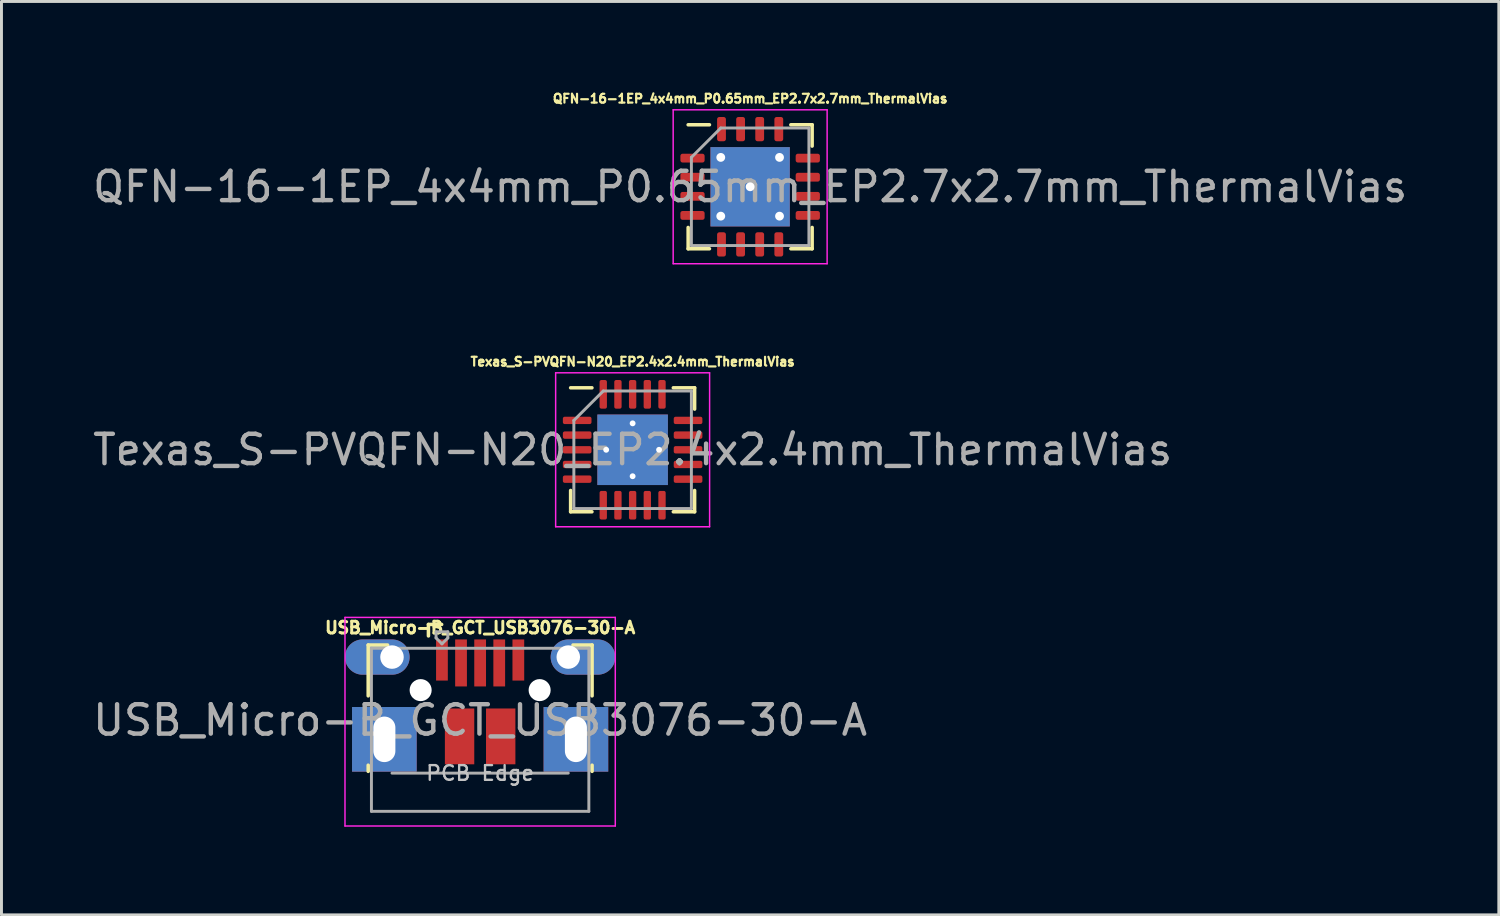
<source format=kicad_pcb>
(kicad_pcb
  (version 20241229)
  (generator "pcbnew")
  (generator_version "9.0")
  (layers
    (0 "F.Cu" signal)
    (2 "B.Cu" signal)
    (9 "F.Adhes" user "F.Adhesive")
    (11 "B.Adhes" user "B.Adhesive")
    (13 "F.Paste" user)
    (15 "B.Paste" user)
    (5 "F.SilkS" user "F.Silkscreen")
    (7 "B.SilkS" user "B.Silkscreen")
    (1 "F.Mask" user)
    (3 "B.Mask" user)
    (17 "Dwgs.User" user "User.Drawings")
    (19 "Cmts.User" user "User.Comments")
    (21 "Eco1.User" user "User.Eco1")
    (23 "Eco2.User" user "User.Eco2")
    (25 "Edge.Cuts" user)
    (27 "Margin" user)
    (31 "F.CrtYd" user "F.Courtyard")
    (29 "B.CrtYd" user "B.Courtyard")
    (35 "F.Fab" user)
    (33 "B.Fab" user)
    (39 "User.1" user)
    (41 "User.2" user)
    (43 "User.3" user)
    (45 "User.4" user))
  (footprint "QFN-16-1EP_4x4mm_P0.65mm_EP2.7x2.7mm_ThermalVias"
    (layer "F.Cu")
    (at 22.482 3.307)
    (property "Reference" "QFN-16-1EP_4x4mm_P0.65mm_EP2.7x2.7mm_ThermalVias" (at 0 -3 0) (layer "F.SilkS") (effects (font (size 0.3 0.3) (thickness 0.075))))
    (attr smd)
    (fp_line (start -2.11 2.11) (end -2.11 1.385) (stroke (width 0.12) (type solid)) (layer "F.SilkS"))
    (fp_line (start -1.385 -2.11) (end -2.11 -2.11) (stroke (width 0.12) (type solid)) (layer "F.SilkS"))
    (fp_line (start -1.385 2.11) (end -2.11 2.11) (stroke (width 0.12) (type solid)) (layer "F.SilkS"))
    (fp_line (start 1.385 -2.11) (end 2.11 -2.11) (stroke (width 0.12) (type solid)) (layer "F.SilkS"))
    (fp_line (start 1.385 2.11) (end 2.11 2.11) (stroke (width 0.12) (type solid)) (layer "F.SilkS"))
    (fp_line (start 2.11 -2.11) (end 2.11 -1.385) (stroke (width 0.12) (type solid)) (layer "F.SilkS"))
    (fp_line (start 2.11 2.11) (end 2.11 1.385) (stroke (width 0.12) (type solid)) (layer "F.SilkS"))
    (fp_poly (pts (xy -1.75 1.25) (xy -2.25 1.25) (xy -2.25 -1.25) (xy -1.75 -1.25)) (stroke (width 0.1) (type solid)) (fill yes) (layer "F.Paste"))
    (fp_poly (pts (xy 1.25 -1.75) (xy -1.25 -1.75) (xy -1.25 -2.25) (xy 1.25 -2.25)) (stroke (width 0.1) (type solid)) (fill yes) (layer "F.Paste"))
    (fp_poly (pts (xy 1.25 2.25) (xy -1.25 2.25) (xy -1.25 1.75) (xy 1.25 1.75)) (stroke (width 0.1) (type solid)) (fill yes) (layer "F.Paste"))
    (fp_poly (pts (xy 2.25 1.25) (xy 1.75 1.25) (xy 1.75 -1.25) (xy 2.25 -1.25)) (stroke (width 0.1) (type solid)) (fill yes) (layer "F.Paste"))
    (fp_line (start -2.62 -2.62) (end -2.62 2.62) (stroke (width 0.05) (type solid)) (layer "F.CrtYd"))
    (fp_line (start -2.62 2.62) (end 2.62 2.62) (stroke (width 0.05) (type solid)) (layer "F.CrtYd"))
    (fp_line (start 2.62 -2.62) (end -2.62 -2.62) (stroke (width 0.05) (type solid)) (layer "F.CrtYd"))
    (fp_line (start 2.62 2.62) (end 2.62 -2.62) (stroke (width 0.05) (type solid)) (layer "F.CrtYd"))
    (fp_line (start -2 -1) (end -1 -2) (stroke (width 0.1) (type solid)) (layer "F.Fab"))
    (fp_line (start -2 2) (end -2 -1) (stroke (width 0.1) (type solid)) (layer "F.Fab"))
    (fp_line (start -1 -2) (end 2 -2) (stroke (width 0.1) (type solid)) (layer "F.Fab"))
    (fp_line (start 2 -2) (end 2 2) (stroke (width 0.1) (type solid)) (layer "F.Fab"))
    (fp_line (start 2 2) (end -2 2) (stroke (width 0.1) (type solid)) (layer "F.Fab"))
    (fp_text user "${REFERENCE}" (at 0 0 0) (layer "F.Fab") (effects (font (size 1 1) (thickness 0.15))))
    (pad "1" smd roundrect (at -1.962 -0.975) (size 0.825 0.3) (layers "F.Cu" "F.Mask") (roundrect_rratio 0.25))
    (pad "2" smd roundrect (at -1.962 -0.325) (size 0.825 0.3) (layers "F.Cu" "F.Mask") (roundrect_rratio 0.25))
    (pad "3" smd roundrect (at -1.962 0.325) (size 0.825 0.3) (layers "F.Cu" "F.Mask") (roundrect_rratio 0.25))
    (pad "4" smd roundrect (at -1.962 0.975) (size 0.825 0.3) (layers "F.Cu" "F.Mask") (roundrect_rratio 0.25))
    (pad "5" smd roundrect (at -0.975 1.962) (size 0.3 0.825) (layers "F.Cu" "F.Mask") (roundrect_rratio 0.25))
    (pad "6" smd roundrect (at -0.325 1.962) (size 0.3 0.825) (layers "F.Cu" "F.Mask") (roundrect_rratio 0.25))
    (pad "7" smd roundrect (at 0.325 1.962) (size 0.3 0.825) (layers "F.Cu" "F.Mask") (roundrect_rratio 0.25))
    (pad "8" smd roundrect (at 0.975 1.962) (size 0.3 0.825) (layers "F.Cu" "F.Mask") (roundrect_rratio 0.25))
    (pad "9" smd roundrect (at 1.962 0.975) (size 0.825 0.3) (layers "F.Cu" "F.Mask") (roundrect_rratio 0.25))
    (pad "10" smd roundrect (at 1.962 0.325) (size 0.825 0.3) (layers "F.Cu" "F.Mask") (roundrect_rratio 0.25))
    (pad "11" smd roundrect (at 1.962 -0.325) (size 0.825 0.3) (layers "F.Cu" "F.Mask") (roundrect_rratio 0.25))
    (pad "12" smd roundrect (at 1.962 -0.975) (size 0.825 0.3) (layers "F.Cu" "F.Mask") (roundrect_rratio 0.25))
    (pad "13" smd roundrect (at 0.975 -1.962) (size 0.3 0.825) (layers "F.Cu" "F.Mask") (roundrect_rratio 0.25))
    (pad "14" smd roundrect (at 0.325 -1.962) (size 0.3 0.825) (layers "F.Cu" "F.Mask") (roundrect_rratio 0.25))
    (pad "15" smd roundrect (at -0.325 -1.962) (size 0.3 0.825) (layers "F.Cu" "F.Mask") (roundrect_rratio 0.25))
    (pad "16" smd roundrect (at -0.975 -1.962) (size 0.3 0.825) (layers "F.Cu" "F.Mask") (roundrect_rratio 0.25))
    (pad "17" thru_hole circle (at -1 -1) (size 0.6 0.6) (drill 0.3) (layers "*.Cu"))
    (pad "17" thru_hole circle (at -1 1) (size 0.6 0.6) (drill 0.3) (layers "*.Cu"))
    (pad "17" thru_hole circle (at 0 0) (size 0.6 0.6) (drill 0.3) (layers "*.Cu"))
    (pad "17" smd rect (at 0 0) (size 2.7 2.7) (layers "F.Cu" "F.Mask" "F.Paste"))
    (pad "17" smd rect (at 0 0) (size 2.7 2.7) (layers "B.Cu"))
    (pad "17" thru_hole circle (at 1 -1) (size 0.6 0.6) (drill 0.3) (layers "*.Cu"))
    (pad "17" thru_hole circle (at 1 1) (size 0.6 0.6) (drill 0.3) (layers "*.Cu")))
  (footprint "USB_Micro-B_GCT_USB3076-30-A"
    (layer "F.Cu")
    (at 13.292 21.814)
    (property "Reference" "USB_Micro-B_GCT_USB3076-30-A" (at 0 -3.5 0) (layer "F.SilkS") (effects (font (size 0.4 0.4) (thickness 0.1))))
    (attr smd)
    (fp_line (start -3.81 -2.91) (end -3.15 -2.91) (stroke (width 0.12) (type solid)) (layer "F.SilkS"))
    (fp_line (start -3.81 -1.18) (end -3.81 -2.91) (stroke (width 0.12) (type solid)) (layer "F.SilkS"))
    (fp_line (start -3.81 1.39) (end -3.81 1.18) (stroke (width 0.12) (type solid)) (layer "F.SilkS"))
    (fp_line (start -1.76 -3.61) (end -1.76 -3.22) (stroke (width 0.12) (type solid)) (layer "F.SilkS"))
    (fp_line (start -1.76 -3.61) (end -1.31 -3.61) (stroke (width 0.12) (type solid)) (layer "F.SilkS"))
    (fp_line (start 3.81 -2.91) (end 3.16 -2.91) (stroke (width 0.12) (type solid)) (layer "F.SilkS"))
    (fp_line (start 3.81 -1.18) (end 3.81 -2.91) (stroke (width 0.12) (type solid)) (layer "F.SilkS"))
    (fp_line (start 3.81 1.39) (end 3.81 1.18) (stroke (width 0.12) (type solid)) (layer "F.SilkS"))
    (fp_line (start -4.6 -3.85) (end 4.6 -3.85) (stroke (width 0.05) (type solid)) (layer "F.CrtYd"))
    (fp_line (start -4.6 3.25) (end -4.6 -3.85) (stroke (width 0.05) (type solid)) (layer "F.CrtYd"))
    (fp_line (start -4.6 3.25) (end 4.6 3.25) (stroke (width 0.05) (type solid)) (layer "F.CrtYd"))
    (fp_line (start 4.6 -3.85) (end 4.6 3.25) (stroke (width 0.05) (type solid)) (layer "F.CrtYd"))
    (fp_line (start -3.7 -2.8) (end 3.7 -2.8) (stroke (width 0.1) (type solid)) (layer "F.Fab"))
    (fp_line (start -3.7 2.75) (end -3.7 -2.8) (stroke (width 0.1) (type solid)) (layer "F.Fab"))
    (fp_line (start -3.7 2.75) (end 3.7 2.75) (stroke (width 0.1) (type solid)) (layer "F.Fab"))
    (fp_line (start -3 1.45) (end 3 1.45) (stroke (width 0.1) (type solid)) (layer "F.Fab"))
    (fp_line (start -1.5 -3.36) (end -1.5 -3.15) (stroke (width 0.1) (type solid)) (layer "F.Fab"))
    (fp_line (start -1.5 -3.36) (end -1.1 -3.36) (stroke (width 0.1) (type solid)) (layer "F.Fab"))
    (fp_line (start -1.3 -2.95) (end -1.5 -3.15) (stroke (width 0.1) (type solid)) (layer "F.Fab"))
    (fp_line (start -1.1 -3.36) (end -1.1 -3.15) (stroke (width 0.1) (type solid)) (layer "F.Fab"))
    (fp_line (start -1.1 -3.15) (end -1.3 -2.95) (stroke (width 0.1) (type solid)) (layer "F.Fab"))
    (fp_line (start 3.7 2.75) (end 3.7 -2.8) (stroke (width 0.1) (type solid)) (layer "F.Fab"))
    (fp_text user "PCB Edge" (at 0 1.45 0) (layer "Dwgs.User") (effects (font (size 0.5 0.5) (thickness 0.08))))
    (fp_text user "${REFERENCE}" (at 0 -0.35 0) (layer "F.Fab") (effects (font (size 1 1) (thickness 0.15))))
    (pad "" np_thru_hole circle (at -2.025 -1.375) (size 0.75 0.75) (drill 0.75) (layers "*.Cu"))
    (pad "" np_thru_hole circle (at 2.025 -1.375) (size 0.75 0.75) (drill 0.75) (layers "*.Cu"))
    (pad "1" smd rect (at -1.3 -2.4) (size 0.4 1.4) (layers "F.Cu" "F.Mask" "F.Paste"))
    (pad "2" smd rect (at -0.65 -2.3) (size 0.4 1.6) (layers "F.Cu" "F.Mask" "F.Paste"))
    (pad "3" smd rect (at 0 -2.3) (size 0.4 1.6) (layers "F.Cu" "F.Mask" "F.Paste"))
    (pad "4" smd rect (at 0.65 -2.3) (size 0.4 1.6) (layers "F.Cu" "F.Mask" "F.Paste"))
    (pad "5" smd rect (at 1.3 -2.4) (size 0.4 1.4) (layers "F.Cu" "F.Mask" "F.Paste"))
    (pad "6" thru_hole rect (at -3.26 0.3 180) (size 2.2 2.2) (drill oval 0.75 1.55) (layers "*.Cu" "*.Mask" "F.Paste"))
    (pad "6" thru_hole oval (at -3 -2.5) (size 2.2 1.2) (drill 0.8 (offset -0.5 0)) (layers "*.Cu" "*.Mask" "F.Paste"))
    (pad "6" smd rect (at -0.7 0.2) (size 1 1.9) (layers "F.Cu" "F.Mask" "F.Paste"))
    (pad "6" smd rect (at 0.7 0.2) (size 1 1.9) (layers "F.Cu" "F.Mask" "F.Paste"))
    (pad "6" thru_hole oval (at 3 -2.5 180) (size 2.2 1.2) (drill 0.8 (offset -0.5 0)) (layers "*.Cu" "*.Mask" "F.Paste"))
    (pad "6" thru_hole rect (at 3.26 0.3) (size 2.2 2.2) (drill oval 0.75 1.55) (layers "*.Cu" "*.Mask" "F.Paste")))
  (footprint "Texas_S-PVQFN-N20_EP2.4x2.4mm_ThermalVias"
    (layer "F.Cu")
    (at 18.482 12.259)
    (property "Reference" "Texas_S-PVQFN-N20_EP2.4x2.4mm_ThermalVias" (at 0 -3 0) (layer "F.SilkS") (effects (font (size 0.3 0.3) (thickness 0.075))))
    (attr smd)
    (fp_line (start -2.11 2.11) (end -2.11 1.385) (stroke (width 0.12) (type solid)) (layer "F.SilkS"))
    (fp_line (start -1.385 -2.11) (end -2.11 -2.11) (stroke (width 0.12) (type solid)) (layer "F.SilkS"))
    (fp_line (start -1.385 2.11) (end -2.11 2.11) (stroke (width 0.12) (type solid)) (layer "F.SilkS"))
    (fp_line (start 1.385 -2.11) (end 2.11 -2.11) (stroke (width 0.12) (type solid)) (layer "F.SilkS"))
    (fp_line (start 1.385 2.11) (end 2.11 2.11) (stroke (width 0.12) (type solid)) (layer "F.SilkS"))
    (fp_line (start 2.11 -2.11) (end 2.11 -1.385) (stroke (width 0.12) (type solid)) (layer "F.SilkS"))
    (fp_line (start 2.11 2.11) (end 2.11 1.385) (stroke (width 0.12) (type solid)) (layer "F.SilkS"))
    (fp_poly (pts (xy -1.75 -1.25) (xy -1.75 1.25) (xy -2.25 1.25) (xy -2.25 -1.25)) (stroke (width 0.1) (type solid)) (fill yes) (layer "F.Paste"))
    (fp_poly (pts (xy 1.25 -1.75) (xy -1.25 -1.75) (xy -1.25 -2.25) (xy 1.25 -2.25)) (stroke (width 0.1) (type solid)) (fill yes) (layer "F.Paste"))
    (fp_poly (pts (xy 1.25 2.25) (xy -1.25 2.25) (xy -1.25 1.75) (xy 1.25 1.75)) (stroke (width 0.1) (type solid)) (fill yes) (layer "F.Paste"))
    (fp_poly (pts (xy 2.25 -1.25) (xy 2.25 1.25) (xy 1.75 1.25) (xy 1.75 -1.25)) (stroke (width 0.1) (type solid)) (fill yes) (layer "F.Paste"))
    (fp_line (start -2.62 -2.62) (end -2.62 2.62) (stroke (width 0.05) (type solid)) (layer "F.CrtYd"))
    (fp_line (start -2.62 2.62) (end 2.62 2.62) (stroke (width 0.05) (type solid)) (layer "F.CrtYd"))
    (fp_line (start 2.62 -2.62) (end -2.62 -2.62) (stroke (width 0.05) (type solid)) (layer "F.CrtYd"))
    (fp_line (start 2.62 2.62) (end 2.62 -2.62) (stroke (width 0.05) (type solid)) (layer "F.CrtYd"))
    (fp_line (start -2 -1) (end -1 -2) (stroke (width 0.1) (type solid)) (layer "F.Fab"))
    (fp_line (start -2 2) (end -2 -1) (stroke (width 0.1) (type solid)) (layer "F.Fab"))
    (fp_line (start -1 -2) (end 2 -2) (stroke (width 0.1) (type solid)) (layer "F.Fab"))
    (fp_line (start 2 -2) (end 2 2) (stroke (width 0.1) (type solid)) (layer "F.Fab"))
    (fp_line (start 2 2) (end -2 2) (stroke (width 0.1) (type solid)) (layer "F.Fab"))
    (fp_text user "${REFERENCE}" (at 0 0 0) (layer "F.Fab") (effects (font (size 1 1) (thickness 0.15))))
    (pad "1" smd roundrect (at -1.887 -1) (size 0.975 0.25) (layers "F.Cu" "F.Mask") (roundrect_rratio 0.25))
    (pad "2" smd roundrect (at -1.887 -0.5) (size 0.975 0.25) (layers "F.Cu" "F.Mask") (roundrect_rratio 0.25))
    (pad "3" smd roundrect (at -1.887 0) (size 0.975 0.25) (layers "F.Cu" "F.Mask") (roundrect_rratio 0.25))
    (pad "4" smd roundrect (at -1.887 0.5) (size 0.975 0.25) (layers "F.Cu" "F.Mask") (roundrect_rratio 0.25))
    (pad "5" smd roundrect (at -1.887 1) (size 0.975 0.25) (layers "F.Cu" "F.Mask") (roundrect_rratio 0.25))
    (pad "6" smd roundrect (at -1 1.887) (size 0.25 0.975) (layers "F.Cu" "F.Mask") (roundrect_rratio 0.25))
    (pad "7" smd roundrect (at -0.5 1.887) (size 0.25 0.975) (layers "F.Cu" "F.Mask") (roundrect_rratio 0.25))
    (pad "8" smd roundrect (at 0 1.887) (size 0.25 0.975) (layers "F.Cu" "F.Mask") (roundrect_rratio 0.25))
    (pad "9" smd roundrect (at 0.5 1.887) (size 0.25 0.975) (layers "F.Cu" "F.Mask") (roundrect_rratio 0.25))
    (pad "10" smd roundrect (at 1 1.887) (size 0.25 0.975) (layers "F.Cu" "F.Mask") (roundrect_rratio 0.25))
    (pad "11" smd roundrect (at 1.887 1) (size 0.975 0.25) (layers "F.Cu" "F.Mask") (roundrect_rratio 0.25))
    (pad "12" smd roundrect (at 1.887 0.5) (size 0.975 0.25) (layers "F.Cu" "F.Mask") (roundrect_rratio 0.25))
    (pad "13" smd roundrect (at 1.887 0) (size 0.975 0.25) (layers "F.Cu" "F.Mask") (roundrect_rratio 0.25))
    (pad "14" smd roundrect (at 1.887 -0.5) (size 0.975 0.25) (layers "F.Cu" "F.Mask") (roundrect_rratio 0.25))
    (pad "15" smd roundrect (at 1.887 -1) (size 0.975 0.25) (layers "F.Cu" "F.Mask") (roundrect_rratio 0.25))
    (pad "16" smd roundrect (at 1 -1.887) (size 0.25 0.975) (layers "F.Cu" "F.Mask") (roundrect_rratio 0.25))
    (pad "17" smd roundrect (at 0.5 -1.887) (size 0.25 0.975) (layers "F.Cu" "F.Mask") (roundrect_rratio 0.25))
    (pad "18" smd roundrect (at 0 -1.887) (size 0.25 0.975) (layers "F.Cu" "F.Mask") (roundrect_rratio 0.25))
    (pad "19" smd roundrect (at -0.5 -1.887) (size 0.25 0.975) (layers "F.Cu" "F.Mask") (roundrect_rratio 0.25))
    (pad "20" smd roundrect (at -1 -1.887) (size 0.25 0.975) (layers "F.Cu" "F.Mask") (roundrect_rratio 0.25))
    (pad "21" thru_hole circle (at -0.9 0) (size 0.55 0.55) (drill 0.2) (layers "*.Cu"))
    (pad "21" thru_hole circle (at 0 -0.9) (size 0.55 0.55) (drill 0.2) (layers "*.Cu"))
    (pad "21" smd rect (at 0 0) (size 2.4 2.4) (layers "F.Cu" "F.Mask" "F.Paste"))
    (pad "21" smd rect (at 0 0) (size 2.4 2.4) (layers "B.Cu"))
    (pad "21" thru_hole circle (at 0 0.9) (size 0.55 0.55) (drill 0.2) (layers "*.Cu"))
    (pad "21" thru_hole circle (at 0.9 0) (size 0.55 0.55) (drill 0.2) (layers "*.Cu")))
  (gr_rect
    (start -3 -3)
    (end 47.964 28.089)
    (stroke (width 0.1) (type default))
    (fill no)
    (layer "Edge.Cuts")))
</source>
